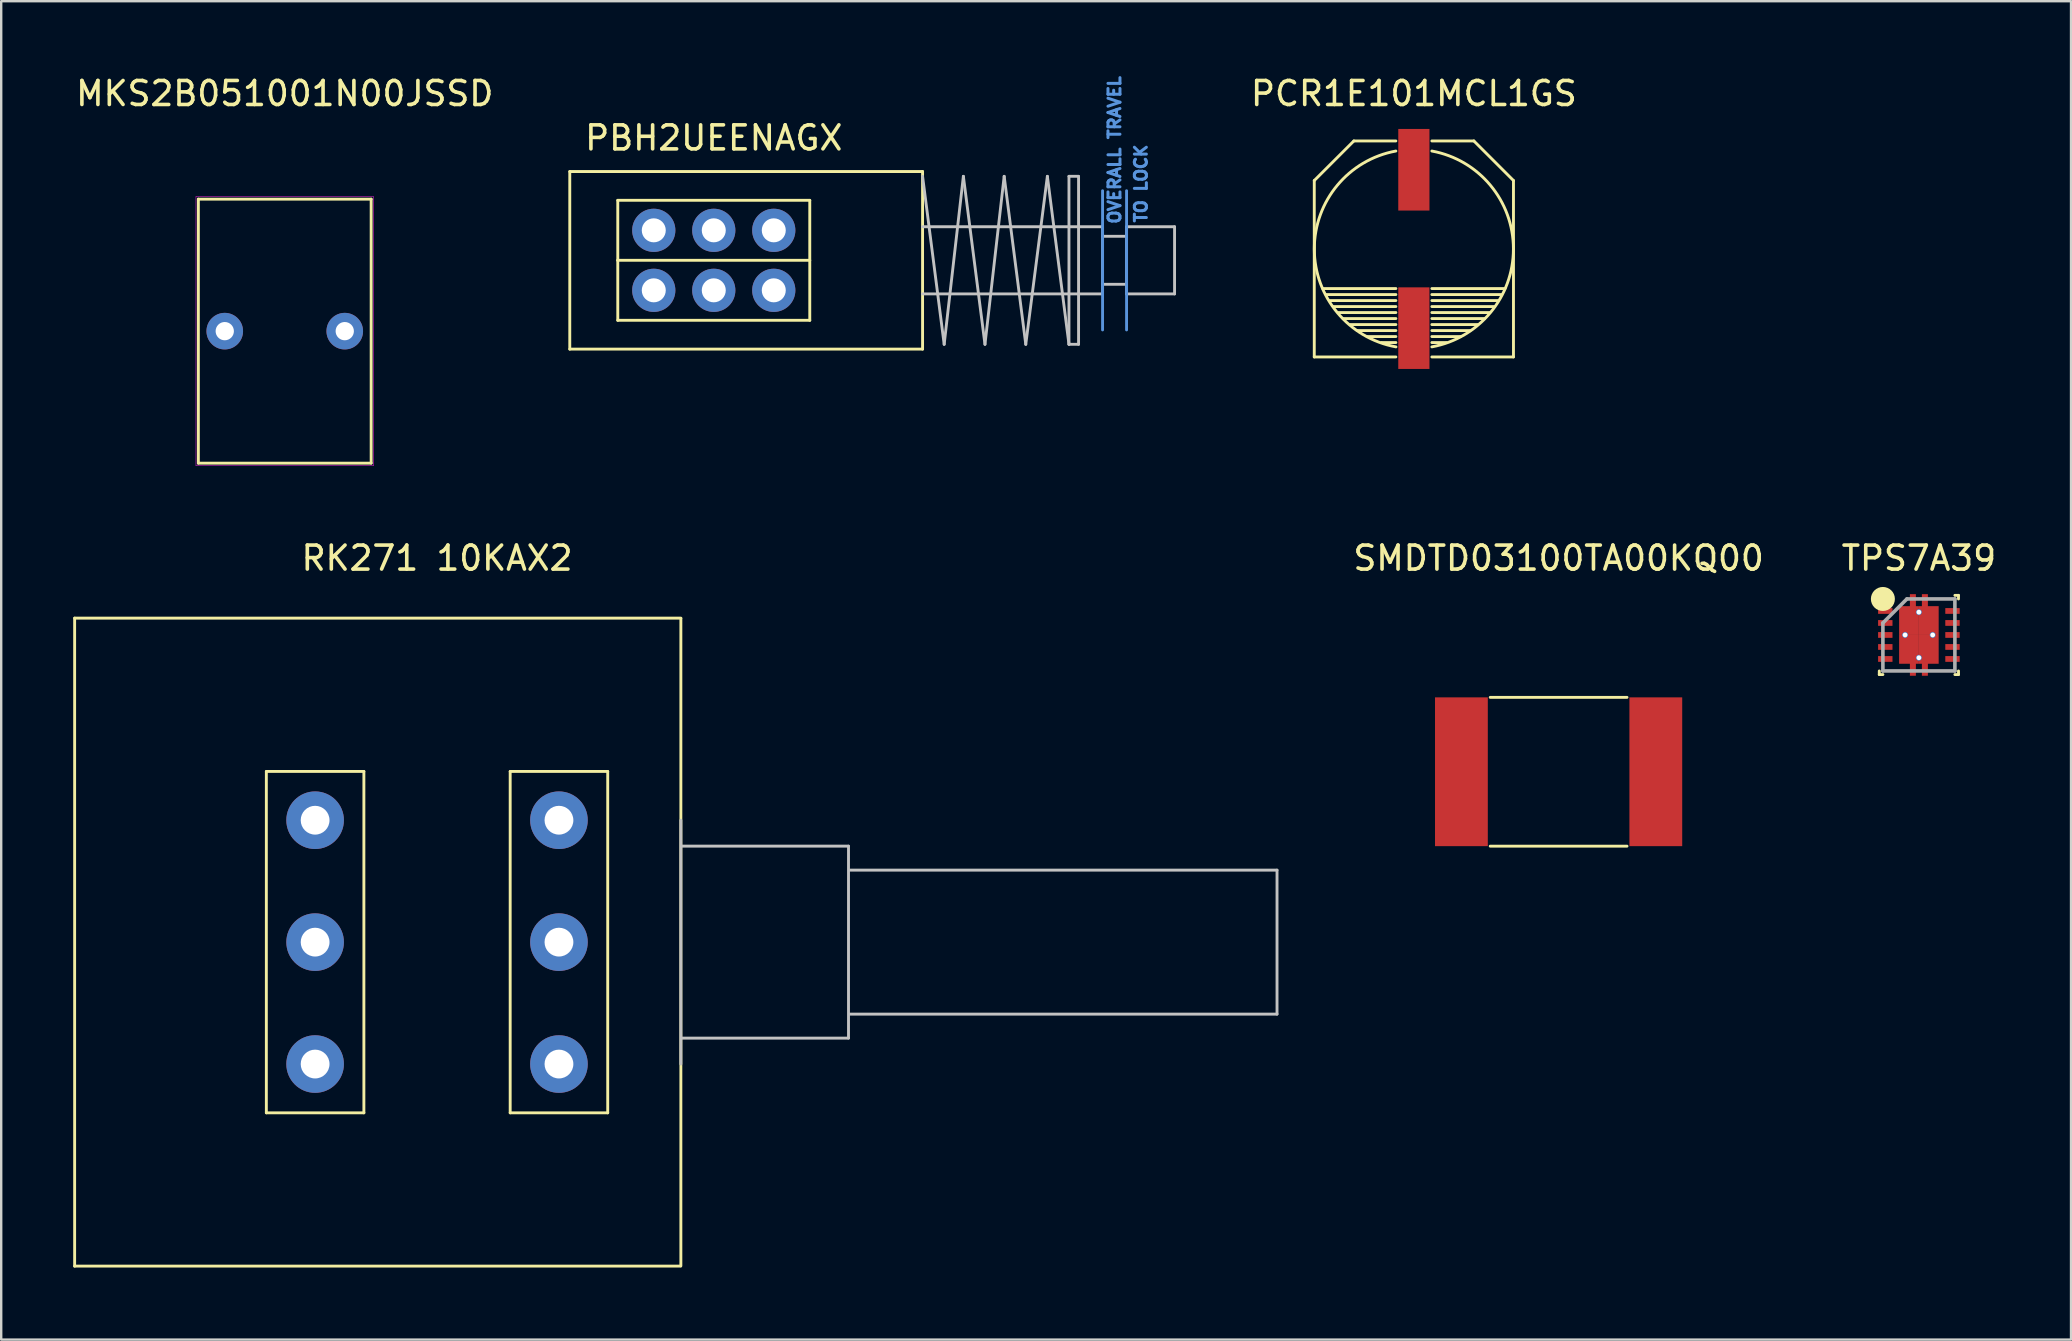
<source format=kicad_pcb>
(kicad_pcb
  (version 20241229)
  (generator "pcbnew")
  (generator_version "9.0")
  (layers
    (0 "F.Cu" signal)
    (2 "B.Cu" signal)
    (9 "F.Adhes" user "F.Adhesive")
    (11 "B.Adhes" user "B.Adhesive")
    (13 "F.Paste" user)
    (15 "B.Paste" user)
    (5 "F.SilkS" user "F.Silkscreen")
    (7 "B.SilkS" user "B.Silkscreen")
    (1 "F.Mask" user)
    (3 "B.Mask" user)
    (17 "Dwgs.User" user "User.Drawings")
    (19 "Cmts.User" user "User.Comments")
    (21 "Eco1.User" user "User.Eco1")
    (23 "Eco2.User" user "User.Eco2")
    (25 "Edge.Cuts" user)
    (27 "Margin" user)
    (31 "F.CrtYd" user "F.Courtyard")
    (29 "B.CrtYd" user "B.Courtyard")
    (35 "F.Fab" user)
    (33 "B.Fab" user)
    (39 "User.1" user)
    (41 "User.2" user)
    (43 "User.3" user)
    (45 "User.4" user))
  (footprint "MKS2B051001N00JSSD"
    (layer "F.Cu")
    (at 8.815 10.748)
    (property "Reference" "MKS2B051001N00JSSD" (at 0 -9.9 0) (layer "F.SilkS") (effects (font (size 1 1) (thickness 0.15))))
    (attr through_hole)
    (fp_line (start -3.6 5.5) (end -3.6 -5.5) (stroke (width 0.12) (type solid)) (layer "F.SilkS"))
    (fp_line (start 3.6 -5.5) (end -3.6 -5.5) (stroke (width 0.12) (type solid)) (layer "F.SilkS"))
    (fp_line (start 3.6 5.5) (end -3.6 5.5) (stroke (width 0.12) (type solid)) (layer "F.SilkS"))
    (fp_line (start 3.6 5.5) (end 3.6 -5.5) (stroke (width 0.12) (type solid)) (layer "F.SilkS"))
    (fp_line (start -3.7 5.6) (end -3.7 -5.6) (stroke (width 0.02) (type solid)) (layer "F.CrtYd"))
    (fp_line (start 3.7 -5.6) (end -3.7 -5.6) (stroke (width 0.02) (type solid)) (layer "F.CrtYd"))
    (fp_line (start 3.7 5.6) (end -3.7 5.6) (stroke (width 0.02) (type solid)) (layer "F.CrtYd"))
    (fp_line (start 3.7 5.6) (end 3.7 -5.6) (stroke (width 0.02) (type solid)) (layer "F.CrtYd"))
    (pad "1" thru_hole circle (at -2.5 0) (size 1.524 1.524) (drill 0.762) (layers "*.Cu" "*.Mask"))
    (pad "2" thru_hole circle (at 2.5 0) (size 1.524 1.524) (drill 0.762) (layers "*.Cu" "*.Mask")))
  (footprint "PCR1E101MCL1GS"
    (layer "F.Cu")
    (at 55.862 7.323)
    (property "Reference" "PCR1E101MCL1GS" (at 0 -6.475 0) (layer "F.SilkS") (effects (font (size 1 1) (thickness 0.15))))
    (attr through_hole)
    (fp_line (start -4.15 -2.85) (end -4.15 4.5) (stroke (width 0.12) (type solid)) (layer "F.SilkS"))
    (fp_line (start -4.15 4.5) (end -0.75 4.5) (stroke (width 0.12) (type solid)) (layer "F.SilkS"))
    (fp_line (start -3.5 2.15) (end -0.75 2.15) (stroke (width 0.12) (type solid)) (layer "F.SilkS"))
    (fp_line (start -3.35 2.4) (end -0.75 2.4) (stroke (width 0.12) (type solid)) (layer "F.SilkS"))
    (fp_line (start -3.15 2.65) (end -0.75 2.65) (stroke (width 0.12) (type solid)) (layer "F.SilkS"))
    (fp_line (start -2.95 2.9) (end -0.75 2.9) (stroke (width 0.12) (type solid)) (layer "F.SilkS"))
    (fp_line (start -2.65 3.15) (end -0.75 3.15) (stroke (width 0.12) (type solid)) (layer "F.SilkS"))
    (fp_line (start -2.5 -4.5) (end -4.15 -2.85) (stroke (width 0.12) (type solid)) (layer "F.SilkS"))
    (fp_line (start -2.5 -4.5) (end -0.75 -4.5) (stroke (width 0.12) (type solid)) (layer "F.SilkS"))
    (fp_line (start -2.35 3.4) (end -0.75 3.4) (stroke (width 0.12) (type solid)) (layer "F.SilkS"))
    (fp_line (start -1.95 3.65) (end -0.75 3.65) (stroke (width 0.12) (type solid)) (layer "F.SilkS"))
    (fp_line (start -1.35 3.9) (end -0.75 3.9) (stroke (width 0.12) (type solid)) (layer "F.SilkS"))
    (fp_line (start -0.75 1.65) (end -3.8 1.65) (stroke (width 0.12) (type solid)) (layer "F.SilkS"))
    (fp_line (start -0.75 1.9) (end -3.65 1.9) (stroke (width 0.12) (type solid)) (layer "F.SilkS"))
    (fp_line (start 0.75 2.15) (end 3.5 2.15) (stroke (width 0.12) (type solid)) (layer "F.SilkS"))
    (fp_line (start 0.75 2.4) (end 3.35 2.4) (stroke (width 0.12) (type solid)) (layer "F.SilkS"))
    (fp_line (start 0.75 2.65) (end 3.15 2.65) (stroke (width 0.12) (type solid)) (layer "F.SilkS"))
    (fp_line (start 0.75 2.9) (end 2.95 2.9) (stroke (width 0.12) (type solid)) (layer "F.SilkS"))
    (fp_line (start 0.75 3.15) (end 2.65 3.15) (stroke (width 0.12) (type solid)) (layer "F.SilkS"))
    (fp_line (start 0.75 3.4) (end 2.35 3.4) (stroke (width 0.12) (type solid)) (layer "F.SilkS"))
    (fp_line (start 0.75 3.65) (end 1.95 3.65) (stroke (width 0.12) (type solid)) (layer "F.SilkS"))
    (fp_line (start 0.75 3.9) (end 1.35 3.9) (stroke (width 0.12) (type solid)) (layer "F.SilkS"))
    (fp_line (start 2.5 -4.5) (end 0.75 -4.5) (stroke (width 0.12) (type solid)) (layer "F.SilkS"))
    (fp_line (start 2.5 -4.5) (end 4.15 -2.85) (stroke (width 0.12) (type solid)) (layer "F.SilkS"))
    (fp_line (start 3.65 1.9) (end 0.75 1.9) (stroke (width 0.12) (type solid)) (layer "F.SilkS"))
    (fp_line (start 3.8 1.65) (end 0.75 1.65) (stroke (width 0.12) (type solid)) (layer "F.SilkS"))
    (fp_line (start 4.15 4.5) (end 0.75 4.5) (stroke (width 0.12) (type solid)) (layer "F.SilkS"))
    (fp_line (start 4.15 4.5) (end 4.15 -2.85) (stroke (width 0.12) (type solid)) (layer "F.SilkS"))
    (fp_arc (start -0.746461 4.080649) (mid -4.148361 0.001799) (end -0.75 -4.08) (stroke (width 0.12) (type solid)) (layer "F.SilkS"))
    (fp_arc (start 0.75 -4.08) (mid 4.148361 0) (end 0.75 4.08) (stroke (width 0.12) (type solid)) (layer "F.SilkS"))
    (pad "1" smd rect (at 0 -3.3) (size 1.3 3.4) (layers "F.Cu" "F.Mask" "F.Paste"))
    (pad "2" smd rect (at 0 3.3) (size 1.3 3.4) (layers "F.Cu" "F.Mask" "F.Paste")))
  (footprint "PBH2UEENAGX"
    (layer "F.Cu")
    (at 26.691 7.797)
    (property "Reference" "PBH2UEENAGX" (at 0 -5.1 180) (layer "F.SilkS") (effects (font (size 1 1) (thickness 0.15))))
    (attr through_hole)
    (fp_line (start -6 -3.7) (end -6 3.7) (stroke (width 0.12) (type solid)) (layer "F.SilkS"))
    (fp_line (start -4 -2.5) (end 4 -2.5) (stroke (width 0.12) (type solid)) (layer "F.SilkS"))
    (fp_line (start -4 0) (end -4 -2.5) (stroke (width 0.12) (type solid)) (layer "F.SilkS"))
    (fp_line (start -4 2.5) (end -4 0) (stroke (width 0.12) (type solid)) (layer "F.SilkS"))
    (fp_line (start 4 -2.5) (end 4 2.5) (stroke (width 0.12) (type solid)) (layer "F.SilkS"))
    (fp_line (start 4 0) (end -4 0) (stroke (width 0.12) (type solid)) (layer "F.SilkS"))
    (fp_line (start 4 2.5) (end -4 2.5) (stroke (width 0.12) (type solid)) (layer "F.SilkS"))
    (fp_line (start 8.7 -3.7) (end -6 -3.7) (stroke (width 0.12) (type solid)) (layer "F.SilkS"))
    (fp_line (start 8.7 -3.7) (end 8.7 3.7) (stroke (width 0.12) (type solid)) (layer "F.SilkS"))
    (fp_line (start 8.7 3.7) (end -6 3.7) (stroke (width 0.12) (type solid)) (layer "F.SilkS"))
    (fp_line (start 8.7 -3.5) (end 9.6 3.5) (stroke (width 0.12) (type solid)) (layer "Dwgs.User"))
    (fp_line (start 10.4 -3.5) (end 9.6 3.5) (stroke (width 0.12) (type solid)) (layer "Dwgs.User"))
    (fp_line (start 10.4 -3.5) (end 11.3 3.5) (stroke (width 0.12) (type solid)) (layer "Dwgs.User"))
    (fp_line (start 12.1 -3.5) (end 11.3 3.5) (stroke (width 0.12) (type solid)) (layer "Dwgs.User"))
    (fp_line (start 12.1 -3.5) (end 13 3.5) (stroke (width 0.12) (type solid)) (layer "Dwgs.User"))
    (fp_line (start 13.9 -3.5) (end 13 3.5) (stroke (width 0.12) (type solid)) (layer "Dwgs.User"))
    (fp_line (start 13.9 -3.5) (end 14.8 3.5) (stroke (width 0.12) (type solid)) (layer "Dwgs.User"))
    (fp_line (start 14.8 -3.5) (end 14.8 3.5) (stroke (width 0.12) (type solid)) (layer "Dwgs.User"))
    (fp_line (start 14.8 3.5) (end 15.2 3.5) (stroke (width 0.12) (type solid)) (layer "Dwgs.User"))
    (fp_line (start 15.2 -3.5) (end 14.8 -3.5) (stroke (width 0.12) (type solid)) (layer "Dwgs.User"))
    (fp_line (start 15.2 -3.5) (end 15.2 3.5) (stroke (width 0.12) (type solid)) (layer "Dwgs.User"))
    (fp_line (start 16.2 -1.4) (end 8.7 -1.4) (stroke (width 0.12) (type solid)) (layer "Dwgs.User"))
    (fp_line (start 16.2 1.4) (end 8.7 1.4) (stroke (width 0.12) (type solid)) (layer "Dwgs.User"))
    (fp_line (start 16.2 1.4) (end 16.2 -1.4) (stroke (width 0.12) (type solid)) (layer "Dwgs.User"))
    (fp_line (start 17.2 -1.4) (end 19.2 -1.4) (stroke (width 0.12) (type solid)) (layer "Dwgs.User"))
    (fp_line (start 17.2 -1) (end 16.2 -1) (stroke (width 0.12) (type solid)) (layer "Dwgs.User"))
    (fp_line (start 17.2 1) (end 16.2 1) (stroke (width 0.12) (type solid)) (layer "Dwgs.User"))
    (fp_line (start 17.2 1.4) (end 17.2 -1.4) (stroke (width 0.12) (type solid)) (layer "Dwgs.User"))
    (fp_line (start 17.2 1.4) (end 19.2 1.4) (stroke (width 0.12) (type solid)) (layer "Dwgs.User"))
    (fp_line (start 19.2 -1.4) (end 19.2 1.4) (stroke (width 0.12) (type solid)) (layer "Dwgs.User"))
    (fp_line (start 16.2 -2.9) (end 16.2 2.9) (stroke (width 0.12) (type solid)) (layer "Cmts.User"))
    (fp_line (start 17.2 2.9) (end 17.2 -2.9) (stroke (width 0.12) (type solid)) (layer "Cmts.User"))
    (fp_text user "OVERALL TRAVEL" (at 16.7 -4.6 90) (layer "Cmts.User") (effects (font (size 0.5 0.5) (thickness 0.125))))
    (fp_text user "TO LOCK" (at 17.8 -3.2 90) (layer "Cmts.User") (effects (font (size 0.5 0.5) (thickness 0.125))))
    (pad "1" thru_hole circle (at 2.5 1.25) (size 1.8 1.8) (drill 1) (layers "*.Cu" "*.Mask"))
    (pad "2" thru_hole circle (at 0 1.25) (size 1.8 1.8) (drill 1) (layers "*.Cu" "*.Mask"))
    (pad "3" thru_hole circle (at -2.5 1.25) (size 1.8 1.8) (drill 1) (layers "*.Cu" "*.Mask"))
    (pad "4" thru_hole circle (at 2.5 -1.25) (size 1.8 1.8) (drill 1) (layers "*.Cu" "*.Mask"))
    (pad "5" thru_hole circle (at 0 -1.25) (size 1.8 1.8) (drill 1) (layers "*.Cu" "*.Mask"))
    (pad "6" thru_hole circle (at -2.5 -1.25) (size 1.8 1.8) (drill 1) (layers "*.Cu" "*.Mask")))
  (footprint "TPS7A39"
    (layer "F.Cu")
    (at 76.905 23.407)
    (property "Reference" "TPS7A39" (at 0 -3.2 0) (layer "F.SilkS") (effects (font (size 1 1) (thickness 0.15))))
    (attr smd)
    (fp_line (start -1.65 1.65) (end -1.65 1.5) (stroke (width 0.12) (type solid)) (layer "F.SilkS"))
    (fp_line (start -1.5 1.65) (end -1.65 1.65) (stroke (width 0.12) (type solid)) (layer "F.SilkS"))
    (fp_line (start 1.5 -1.65) (end 1.65 -1.65) (stroke (width 0.12) (type solid)) (layer "F.SilkS"))
    (fp_line (start 1.5 1.65) (end 1.65 1.65) (stroke (width 0.12) (type solid)) (layer "F.SilkS"))
    (fp_line (start 1.65 -1.65) (end 1.65 -1.5) (stroke (width 0.12) (type solid)) (layer "F.SilkS"))
    (fp_line (start 1.65 1.65) (end 1.65 1.5) (stroke (width 0.12) (type solid)) (layer "F.SilkS"))
    (fp_circle (center -1.5 -1.5) (end -1.5 -1.5) (stroke (width 0.5) (type solid)) (fill no) (layer "F.SilkS"))
    (fp_line (start -1.5 -0.5) (end -1.5 1.5) (stroke (width 0.15) (type solid)) (layer "F.Fab"))
    (fp_line (start -1.5 1.5) (end 1.5 1.5) (stroke (width 0.15) (type solid)) (layer "F.Fab"))
    (fp_line (start -0.5 -1.5) (end -1.5 -0.5) (stroke (width 0.15) (type solid)) (layer "F.Fab"))
    (fp_line (start 1.5 -1.5) (end -0.5 -1.5) (stroke (width 0.15) (type solid)) (layer "F.Fab"))
    (fp_line (start 1.5 1.5) (end 1.5 -1.5) (stroke (width 0.15) (type solid)) (layer "F.Fab"))
    (pad "1" smd rect (at -1.4 -1 90) (size 0.24 0.6) (layers "F.Cu" "F.Mask" "F.Paste"))
    (pad "2" smd rect (at -1.4 -0.5 90) (size 0.24 0.6) (layers "F.Cu" "F.Mask" "F.Paste"))
    (pad "3" smd rect (at -1.4 0 90) (size 0.24 0.6) (layers "F.Cu" "F.Mask" "F.Paste"))
    (pad "4" smd rect (at -1.4 0.5 90) (size 0.24 0.6) (layers "F.Cu" "F.Mask" "F.Paste"))
    (pad "4" thru_hole circle (at -0.575 0) (size 0.25 0.25) (drill 0.2) (layers "*.Cu" "*.Mask"))
    (pad "4" smd rect (at -0.412 -0.6) (size 0.825 1.2) (layers "F.Cu" "F.Mask" "F.Paste"))
    (pad "4" smd rect (at -0.412 0.6) (size 0.825 1.2) (layers "F.Cu" "F.Mask" "F.Paste"))
    (pad "4" smd rect (at -0.25 -1.4) (size 0.25 0.6) (layers "F.Cu" "F.Mask" "F.Paste"))
    (pad "4" smd rect (at -0.25 1.4) (size 0.25 0.6) (layers "F.Cu" "F.Mask" "F.Paste"))
    (pad "4" thru_hole circle (at 0 -0.95) (size 0.25 0.25) (drill 0.2) (layers "*.Cu" "*.Mask"))
    (pad "4" thru_hole circle (at 0 0.95) (size 0.25 0.25) (drill 0.2) (layers "*.Cu" "*.Mask"))
    (pad "4" smd rect (at 0.25 -1.4) (size 0.25 0.6) (layers "F.Cu" "F.Mask" "F.Paste"))
    (pad "4" smd rect (at 0.25 1.4) (size 0.25 0.6) (layers "F.Cu" "F.Mask" "F.Paste"))
    (pad "4" smd rect (at 0.412 -0.6) (size 0.825 1.2) (layers "F.Cu" "F.Mask" "F.Paste"))
    (pad "4" smd rect (at 0.412 0.6) (size 0.825 1.2) (layers "F.Cu" "F.Mask" "F.Paste"))
    (pad "4" thru_hole circle (at 0.575 0) (size 0.25 0.25) (drill 0.2) (layers "*.Cu" "*.Mask"))
    (pad "5" smd rect (at -1.4 1 90) (size 0.24 0.6) (layers "F.Cu" "F.Mask" "F.Paste"))
    (pad "6" smd rect (at 1.4 1 90) (size 0.24 0.6) (layers "F.Cu" "F.Mask" "F.Paste"))
    (pad "7" smd rect (at 1.4 0.5 90) (size 0.24 0.6) (layers "F.Cu" "F.Mask" "F.Paste"))
    (pad "8" smd rect (at 1.4 0 90) (size 0.24 0.6) (layers "F.Cu" "F.Mask" "F.Paste"))
    (pad "9" smd rect (at 1.4 -0.5 90) (size 0.24 0.6) (layers "F.Cu" "F.Mask" "F.Paste"))
    (pad "10" smd rect (at 1.4 -1 90) (size 0.24 0.6) (layers "F.Cu" "F.Mask" "F.Paste")))
  (footprint "SMDTD03100TA00KQ00"
    (layer "F.Cu")
    (at 61.893 29.107)
    (property "Reference" "SMDTD03100TA00KQ00" (at 0 -8.9 0) (layer "F.SilkS") (effects (font (size 1 1) (thickness 0.15))))
    (attr through_hole)
    (fp_line (start -2.85 3.1) (end 2.85 3.1) (stroke (width 0.12) (type solid)) (layer "F.SilkS"))
    (fp_line (start 2.85 -3.1) (end -2.85 -3.1) (stroke (width 0.12) (type solid)) (layer "F.SilkS"))
    (pad "1" smd rect (at -4.05 0 90) (size 6.2 2.2) (layers "F.Cu" "F.Mask" "F.Paste"))
    (pad "2" smd rect (at 4.05 0 90) (size 6.2 2.2) (layers "F.Cu" "F.Mask" "F.Paste")))
  (footprint "RK271 10KAX2"
    (layer "F.Cu")
    (at 15.16 36.206)
    (property "Reference" "RK271 10KAX2" (at 0 -16 0) (layer "F.SilkS") (effects (font (size 1 1) (thickness 0.15))))
    (attr through_hole)
    (fp_line (start -15.1 -13.5) (end -15.1 13.5) (stroke (width 0.12) (type solid)) (layer "F.SilkS"))
    (fp_line (start -7.112 -7.112) (end -7.112 7.112) (stroke (width 0.12) (type solid)) (layer "F.SilkS"))
    (fp_line (start -7.112 7.112) (end -3.048 7.112) (stroke (width 0.12) (type solid)) (layer "F.SilkS"))
    (fp_line (start -3.048 -7.112) (end -7.112 -7.112) (stroke (width 0.12) (type solid)) (layer "F.SilkS"))
    (fp_line (start -3.048 7.112) (end -3.048 -7.112) (stroke (width 0.12) (type solid)) (layer "F.SilkS"))
    (fp_line (start 3.048 -7.112) (end 3.048 7.112) (stroke (width 0.12) (type solid)) (layer "F.SilkS"))
    (fp_line (start 3.048 7.112) (end 7.112 7.112) (stroke (width 0.12) (type solid)) (layer "F.SilkS"))
    (fp_line (start 7.112 -7.112) (end 3.048 -7.112) (stroke (width 0.12) (type solid)) (layer "F.SilkS"))
    (fp_line (start 7.112 7.112) (end 7.112 -7.112) (stroke (width 0.12) (type solid)) (layer "F.SilkS"))
    (fp_line (start 10.15 13.5) (end -15.1 13.5) (stroke (width 0.12) (type solid)) (layer "F.SilkS"))
    (fp_line (start 10.16 -13.5) (end -15.1 -13.5) (stroke (width 0.12) (type solid)) (layer "F.SilkS"))
    (fp_line (start 10.16 -13.487) (end 10.16 13.487) (stroke (width 0.12) (type solid)) (layer "F.SilkS"))
    (fp_line (start 10.16 -5.08) (end 10.16 5.08) (stroke (width 0.12) (type solid)) (layer "Dwgs.User"))
    (fp_line (start 17.145 -4) (end 10.2 -4) (stroke (width 0.12) (type solid)) (layer "Dwgs.User"))
    (fp_line (start 17.145 -4) (end 17.145 4) (stroke (width 0.12) (type solid)) (layer "Dwgs.User"))
    (fp_line (start 17.145 4) (end 10.2 4) (stroke (width 0.12) (type solid)) (layer "Dwgs.User"))
    (fp_line (start 17.2 -3) (end 35 -3) (stroke (width 0.12) (type solid)) (layer "Dwgs.User"))
    (fp_line (start 17.2 3) (end 35 3) (stroke (width 0.12) (type solid)) (layer "Dwgs.User"))
    (fp_line (start 35 -3) (end 35 3) (stroke (width 0.12) (type solid)) (layer "Dwgs.User"))
    (pad "1" thru_hole circle (at -5.08 5.08) (size 2.4 2.4) (drill 1.2) (layers "*.Cu" "*.Mask"))
    (pad "2" thru_hole circle (at -5.08 0) (size 2.4 2.4) (drill 1.2) (layers "*.Cu" "*.Mask"))
    (pad "3" thru_hole circle (at -5.08 -5.08) (size 2.4 2.4) (drill 1.2) (layers "*.Cu" "*.Mask"))
    (pad "4" thru_hole circle (at 5.08 5.08) (size 2.4 2.4) (drill 1.2) (layers "*.Cu" "*.Mask"))
    (pad "5" thru_hole circle (at 5.08 0) (size 2.4 2.4) (drill 1.2) (layers "*.Cu" "*.Mask"))
    (pad "6" thru_hole circle (at 5.08 -5.08) (size 2.4 2.4) (drill 1.2) (layers "*.Cu" "*.Mask")))
  (gr_rect
    (start -3 -3)
    (end 83.244 52.767)
    (stroke (width 0.1) (type default))
    (fill no)
    (layer "Edge.Cuts")))
</source>
